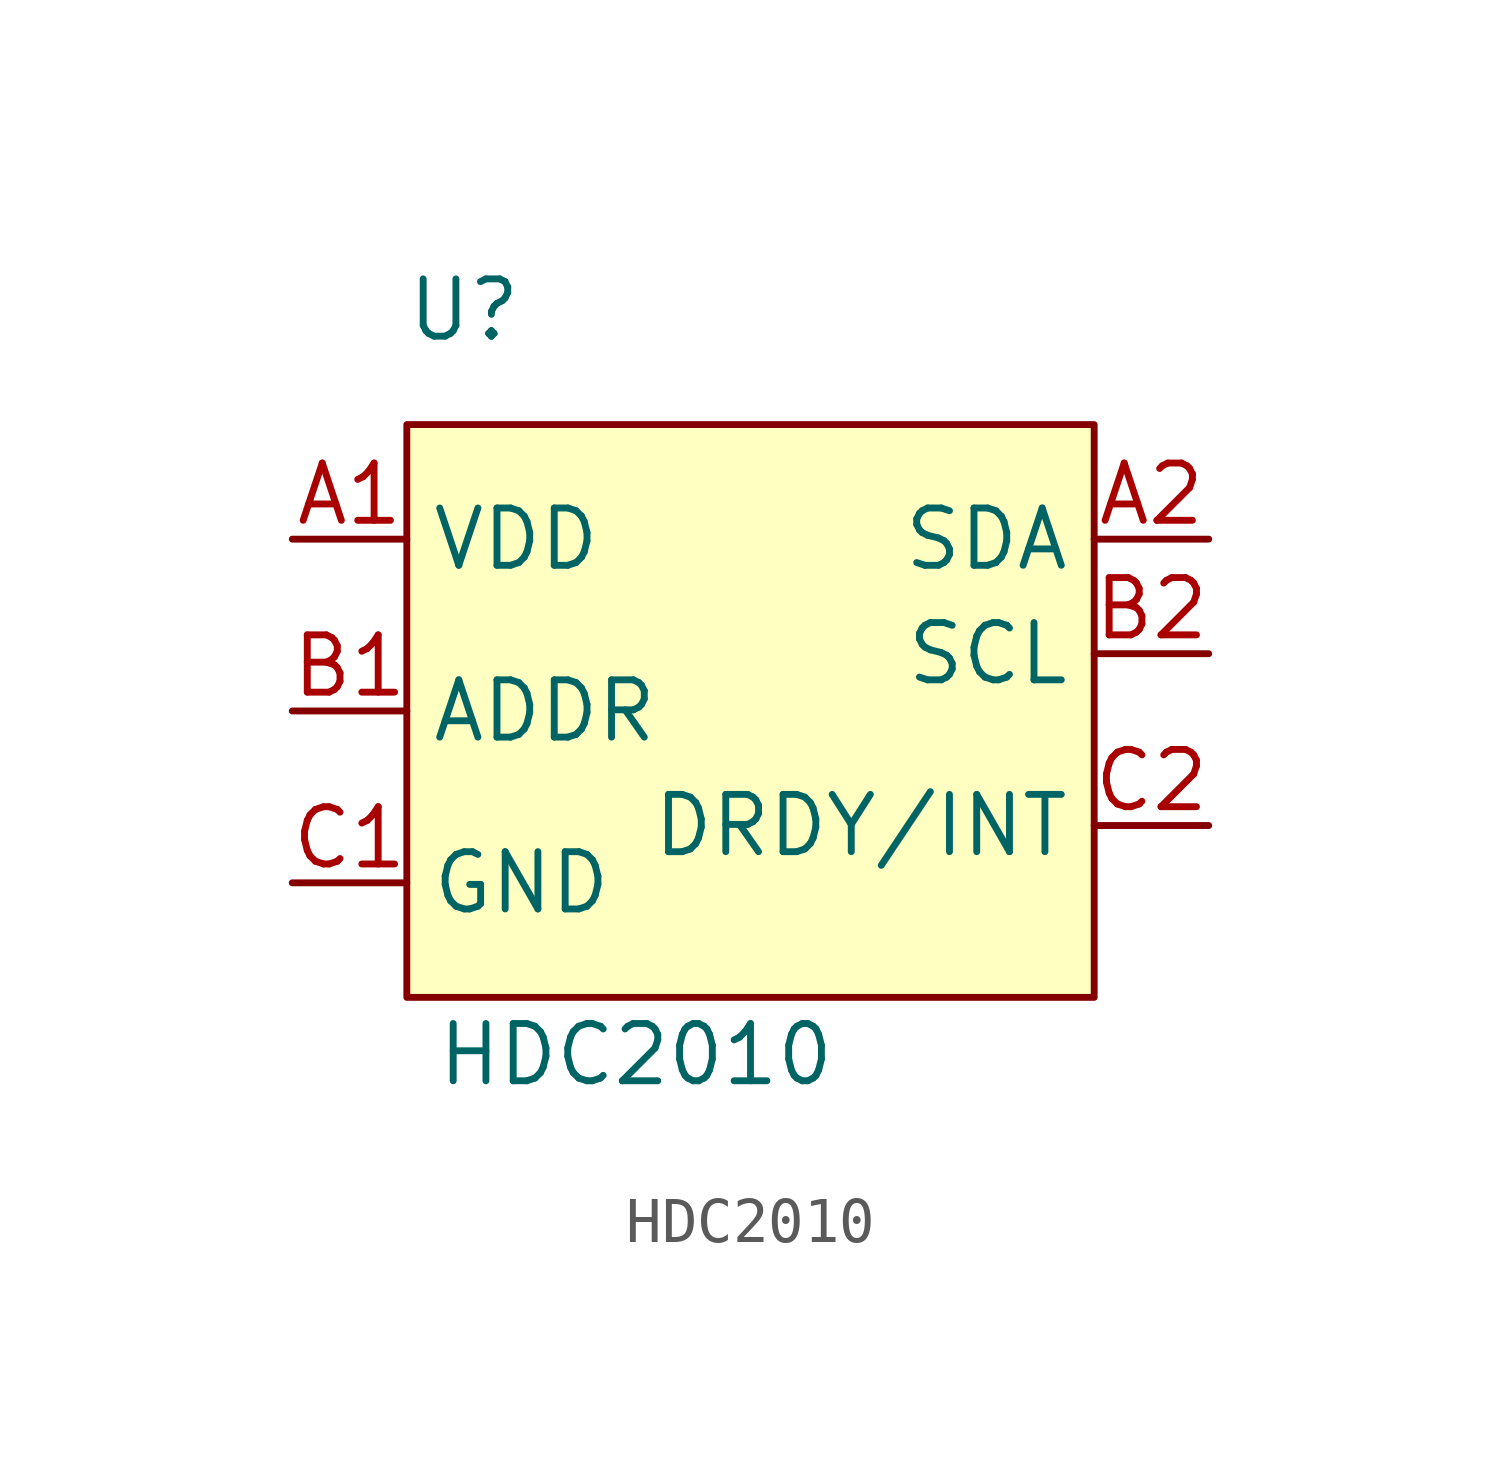
<source format=kicad_sym>
(kicad_symbol_lib
  (version 20220914)
  (generator kicad_symbol_editor)
  (symbol "HDC2010"
    (property "Reference" "U"
      (at -6.35 8.89 0)
      (effects (font (size 1.27 1.27))))
    (property "Value" "HDC2010"
      (at -2.54 -7.62 0)
      (effects (font (size 1.27 1.27))))
    (symbol "HDC2010_1_1"
      (rectangle (start -7.62 6.35) (end 7.62 -6.35) (stroke (width 0) (type default)) (fill (type background)))
      (pin power_in line (at -10.16 3.81 0) (length 2.54) (name "VDD" (effects (font (size 1.27 1.27)))) (number "A1" (effects (font (size 1.27 1.27)))))
      (pin open_collector line (at 10.16 3.81 180) (length 2.54) (name "SDA" (effects (font (size 1.27 1.27)))) (number "A2" (effects (font (size 1.27 1.27)))))
      (pin input line (at -10.16 0 0) (length 2.54) (name "ADDR" (effects (font (size 1.27 1.27)))) (number "B1" (effects (font (size 1.27 1.27)))))
      (pin open_collector line (at 10.16 1.27 180) (length 2.54) (name "SCL" (effects (font (size 1.27 1.27)))) (number "B2" (effects (font (size 1.27 1.27)))))
      (pin power_in line (at -10.16 -3.81 0) (length 2.54) (name "GND" (effects (font (size 1.27 1.27)))) (number "C1" (effects (font (size 1.27 1.27)))))
      (pin output line (at 10.16 -2.54 180) (length 2.54) (name "DRDY/INT" (effects (font (size 1.27 1.27)))) (number "C2" (effects (font (size 1.27 1.27))))))))
</source>
